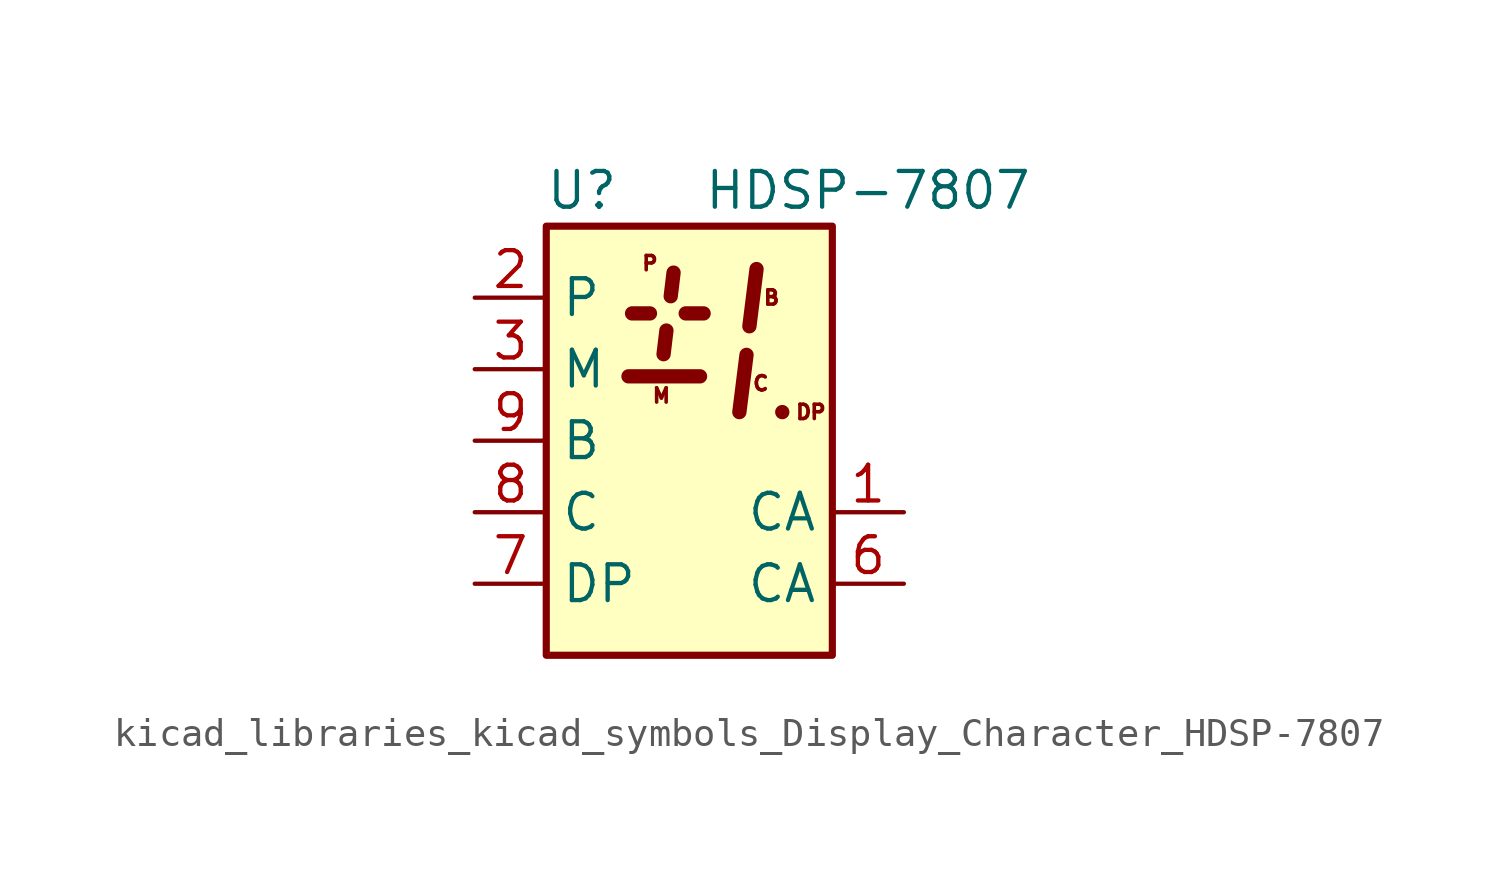
<source format=kicad_sym>
(kicad_symbol_lib
  (version 20220914)
  (generator kicad_symbol_editor)
  (symbol "kicad_libraries_kicad_symbols_Display_Character_HDSP-7807"
    (property "Reference" "U"
      (at -3.81 8.89 0)
      (effects (font (size 1.27 1.27))))
    (property "Value" "HDSP-7807"
      (at 6.35 8.89 0)
      (effects (font (size 1.27 1.27))))
    (symbol "kicad_libraries_kicad_symbols_Display_Character_HDSP-7807_0_1"
      (polyline (pts (xy -2.159 2.286) (xy 0.381 2.286)) (stroke (width 0.508) (type default)) (fill (type none))))
    (symbol "kicad_libraries_kicad_symbols_Display_Character_HDSP-7807_1_0"
      (text "B" (at 2.921 5.08 0) (effects (font (size 0.508 0.508))))
      (text "C" (at 2.54 2.032 0) (effects (font (size 0.508 0.508))))
      (text "DP" (at 4.318 1.016 0) (effects (font (size 0.508 0.508))))
      (text "M" (at -0.991 1.6 0) (effects (font (size 0.508 0.508))))
      (text "P" (at -1.397 6.299 0) (effects (font (size 0.508 0.508)))))
    (symbol "kicad_libraries_kicad_symbols_Display_Character_HDSP-7807_1_1"
      (rectangle (start -5.08 7.62) (end 5.08 -7.62) (stroke (width 0.254) (type default)) (fill (type background)))
      (polyline (pts (xy -2.032 4.521) (xy -1.397 4.521)) (stroke (width 0.508) (type default)) (fill (type none)))
      (polyline (pts (xy -0.914 3.073) (xy -0.813 3.912)) (stroke (width 0.508) (type default)) (fill (type none)))
      (polyline (pts (xy -0.559 5.969) (xy -0.66 5.131)) (stroke (width 0.508) (type default)) (fill (type none)))
      (polyline (pts (xy -0.127 4.521) (xy 0.508 4.521)) (stroke (width 0.508) (type default)) (fill (type none)))
      (polyline (pts (xy 2.032 3.048) (xy 1.778 1.016)) (stroke (width 0.508) (type default)) (fill (type none)))
      (polyline (pts (xy 2.388 6.096) (xy 2.134 4.064)) (stroke (width 0.508) (type default)) (fill (type none)))
      (polyline (pts (xy 3.302 1.016) (xy 3.302 1.016)) (stroke (width 0.508) (type default)) (fill (type none)))
      (pin input line (at 7.62 -2.54 180) (length 2.54) (name "CA" (effects (font (size 1.27 1.27)))) (number "1" (effects (font (size 1.27 1.27)))))
      (pin no_connect line (at 0 -7.62 90) (length 2.54) hide (name "NC" (effects (font (size 1.27 1.27)))) (number "10" (effects (font (size 1.27 1.27)))))
      (pin input line (at -7.62 5.08 0) (length 2.54) (name "P" (effects (font (size 1.27 1.27)))) (number "2" (effects (font (size 1.27 1.27)))))
      (pin input line (at -7.62 2.54 0) (length 2.54) (name "M" (effects (font (size 1.27 1.27)))) (number "3" (effects (font (size 1.27 1.27)))))
      (pin no_connect line (at 5.08 5.08 180) (length 2.54) hide (name "NC" (effects (font (size 1.27 1.27)))) (number "4" (effects (font (size 1.27 1.27)))))
      (pin no_connect line (at 5.08 2.54 180) (length 2.54) hide (name "NC" (effects (font (size 1.27 1.27)))) (number "5" (effects (font (size 1.27 1.27)))))
      (pin input line (at 7.62 -5.08 180) (length 2.54) (name "CA" (effects (font (size 1.27 1.27)))) (number "6" (effects (font (size 1.27 1.27)))))
      (pin input line (at -7.62 -5.08 0) (length 2.54) (name "DP" (effects (font (size 1.27 1.27)))) (number "7" (effects (font (size 1.27 1.27)))))
      (pin input line (at -7.62 -2.54 0) (length 2.54) (name "C" (effects (font (size 1.27 1.27)))) (number "8" (effects (font (size 1.27 1.27)))))
      (pin input line (at -7.62 0 0) (length 2.54) (name "B" (effects (font (size 1.27 1.27)))) (number "9" (effects (font (size 1.27 1.27))))))))
</source>
